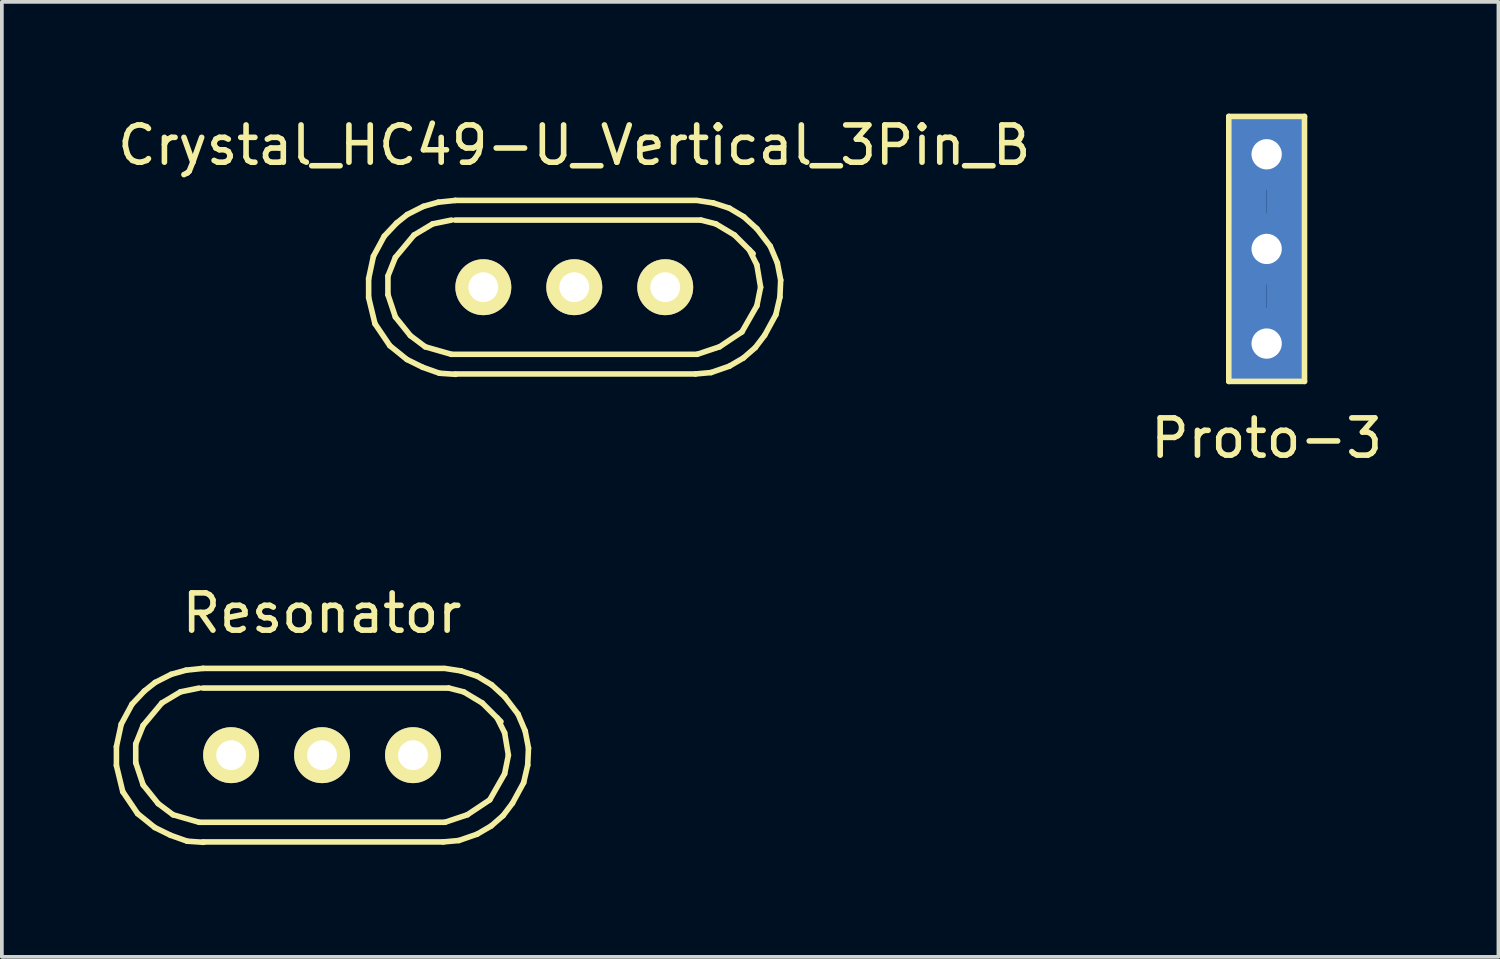
<source format=kicad_pcb>
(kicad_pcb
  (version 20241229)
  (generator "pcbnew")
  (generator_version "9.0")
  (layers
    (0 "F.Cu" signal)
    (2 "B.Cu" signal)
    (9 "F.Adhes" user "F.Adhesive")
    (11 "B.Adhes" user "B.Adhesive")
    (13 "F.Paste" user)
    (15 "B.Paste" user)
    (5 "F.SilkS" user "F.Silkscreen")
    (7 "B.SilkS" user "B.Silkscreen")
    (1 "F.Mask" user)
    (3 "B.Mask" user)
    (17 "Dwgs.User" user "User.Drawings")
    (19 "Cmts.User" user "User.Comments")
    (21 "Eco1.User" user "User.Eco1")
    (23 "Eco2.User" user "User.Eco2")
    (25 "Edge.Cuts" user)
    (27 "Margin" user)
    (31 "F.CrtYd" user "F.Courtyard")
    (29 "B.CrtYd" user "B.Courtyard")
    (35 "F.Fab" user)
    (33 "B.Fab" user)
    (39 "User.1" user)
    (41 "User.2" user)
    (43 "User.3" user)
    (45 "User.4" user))
  (footprint "Crystal_HC49-U_Vertical_3Pin_B"
    (layer "F.Cu")
    (at 12.363 4.658)
    (property "Reference" "Crystal_HC49-U_Vertical_3Pin_B" (at 0 -3.81 0) (layer "F.SilkS") (effects (font (size 1 1) (thickness 0.15))))
    (attr through_hole)
    (fp_line (start -5.519 -0.231) (end -5.519 0.279) (stroke (width 0.15) (type solid)) (layer "F.SilkS"))
    (fp_line (start -5.519 0.279) (end -5.349 0.98) (stroke (width 0.15) (type solid)) (layer "F.SilkS"))
    (fp_line (start -5.39 -0.831) (end -5.519 -0.231) (stroke (width 0.15) (type solid)) (layer "F.SilkS"))
    (fp_line (start -5.349 0.98) (end -4.95 1.57) (stroke (width 0.15) (type solid)) (layer "F.SilkS"))
    (fp_line (start -5.1 -1.369) (end -5.39 -0.831) (stroke (width 0.15) (type solid)) (layer "F.SilkS"))
    (fp_line (start -5.001 -0.3) (end -4.801 -0.8) (stroke (width 0.15) (type solid)) (layer "F.SilkS"))
    (fp_line (start -5.001 0.201) (end -5.001 -0.3) (stroke (width 0.15) (type solid)) (layer "F.SilkS"))
    (fp_line (start -4.95 1.57) (end -4.491 1.941) (stroke (width 0.15) (type solid)) (layer "F.SilkS"))
    (fp_line (start -4.801 -0.8) (end -4.3 -1.4) (stroke (width 0.15) (type solid)) (layer "F.SilkS"))
    (fp_line (start -4.801 0.8) (end -5.001 0.201) (stroke (width 0.15) (type solid)) (layer "F.SilkS"))
    (fp_line (start -4.77 -1.72) (end -5.1 -1.369) (stroke (width 0.15) (type solid)) (layer "F.SilkS"))
    (fp_line (start -4.491 1.941) (end -4.069 2.149) (stroke (width 0.15) (type solid)) (layer "F.SilkS"))
    (fp_line (start -4.481 -1.951) (end -4.77 -1.72) (stroke (width 0.15) (type solid)) (layer "F.SilkS"))
    (fp_line (start -4.399 1.3) (end -4.801 0.8) (stroke (width 0.15) (type solid)) (layer "F.SilkS"))
    (fp_line (start -4.3 -1.4) (end -3.8 -1.699) (stroke (width 0.15) (type solid)) (layer "F.SilkS"))
    (fp_line (start -4.069 2.149) (end -3.619 2.309) (stroke (width 0.15) (type solid)) (layer "F.SilkS"))
    (fp_line (start -4.049 -2.169) (end -4.481 -1.951) (stroke (width 0.15) (type solid)) (layer "F.SilkS"))
    (fp_line (start -4 1.6) (end -4.399 1.3) (stroke (width 0.15) (type solid)) (layer "F.SilkS"))
    (fp_line (start -3.8 -1.699) (end -3.299 -1.801) (stroke (width 0.15) (type solid)) (layer "F.SilkS"))
    (fp_line (start -3.65 -2.281) (end -4.049 -2.169) (stroke (width 0.15) (type solid)) (layer "F.SilkS"))
    (fp_line (start -3.619 2.309) (end -3.18 2.339) (stroke (width 0.15) (type solid)) (layer "F.SilkS"))
    (fp_line (start -3.299 1.801) (end -4 1.6) (stroke (width 0.15) (type solid)) (layer "F.SilkS"))
    (fp_line (start -3.2 -2.329) (end 3.251 -2.329) (stroke (width 0.15) (type solid)) (layer "F.SilkS"))
    (fp_line (start -3.2 -1.801) (end 3.401 -1.801) (stroke (width 0.15) (type solid)) (layer "F.SilkS"))
    (fp_line (start -3.2 2.329) (end 3.251 2.329) (stroke (width 0.15) (type solid)) (layer "F.SilkS"))
    (fp_line (start -3.19 -2.329) (end -3.65 -2.281) (stroke (width 0.15) (type solid)) (layer "F.SilkS"))
    (fp_line (start 3.251 2.329) (end 3.67 2.291) (stroke (width 0.15) (type solid)) (layer "F.SilkS"))
    (fp_line (start 3.299 1.801) (end -3.299 1.801) (stroke (width 0.15) (type solid)) (layer "F.SilkS"))
    (fp_line (start 3.401 -1.801) (end 3.8 -1.699) (stroke (width 0.15) (type solid)) (layer "F.SilkS"))
    (fp_line (start 3.67 2.291) (end 4.161 2.121) (stroke (width 0.15) (type solid)) (layer "F.SilkS"))
    (fp_line (start 3.731 -2.261) (end 3.289 -2.329) (stroke (width 0.15) (type solid)) (layer "F.SilkS"))
    (fp_line (start 3.8 -1.699) (end 4.3 -1.4) (stroke (width 0.15) (type solid)) (layer "F.SilkS"))
    (fp_line (start 3.899 1.6) (end 3.299 1.801) (stroke (width 0.15) (type solid)) (layer "F.SilkS"))
    (fp_line (start 4.161 -2.121) (end 3.731 -2.261) (stroke (width 0.15) (type solid)) (layer "F.SilkS"))
    (fp_line (start 4.161 2.121) (end 4.539 1.9) (stroke (width 0.15) (type solid)) (layer "F.SilkS"))
    (fp_line (start 4.3 -1.4) (end 4.801 -0.899) (stroke (width 0.15) (type solid)) (layer "F.SilkS"))
    (fp_line (start 4.501 1.199) (end 3.899 1.6) (stroke (width 0.15) (type solid)) (layer "F.SilkS"))
    (fp_line (start 4.539 1.9) (end 4.859 1.621) (stroke (width 0.15) (type solid)) (layer "F.SilkS"))
    (fp_line (start 4.549 -1.89) (end 4.161 -2.121) (stroke (width 0.15) (type solid)) (layer "F.SilkS"))
    (fp_line (start 4.699 -1.001) (end 4.9 -0.599) (stroke (width 0.15) (type solid)) (layer "F.SilkS"))
    (fp_line (start 4.859 1.621) (end 5.11 1.29) (stroke (width 0.15) (type solid)) (layer "F.SilkS"))
    (fp_line (start 4.9 -1.57) (end 4.549 -1.89) (stroke (width 0.15) (type solid)) (layer "F.SilkS"))
    (fp_line (start 4.9 -0.599) (end 5.001 0) (stroke (width 0.15) (type solid)) (layer "F.SilkS"))
    (fp_line (start 4.9 0.5) (end 4.501 1.199) (stroke (width 0.15) (type solid)) (layer "F.SilkS"))
    (fp_line (start 5.001 0) (end 4.9 0.5) (stroke (width 0.15) (type solid)) (layer "F.SilkS"))
    (fp_line (start 5.11 1.29) (end 5.41 0.739) (stroke (width 0.15) (type solid)) (layer "F.SilkS"))
    (fp_line (start 5.26 -1.1) (end 4.9 -1.57) (stroke (width 0.15) (type solid)) (layer "F.SilkS"))
    (fp_line (start 5.41 0.739) (end 5.519 0.269) (stroke (width 0.15) (type solid)) (layer "F.SilkS"))
    (fp_line (start 5.451 -0.65) (end 5.26 -1.1) (stroke (width 0.15) (type solid)) (layer "F.SilkS"))
    (fp_line (start 5.519 0.269) (end 5.54 -0.191) (stroke (width 0.15) (type solid)) (layer "F.SilkS"))
    (fp_line (start 5.54 -0.191) (end 5.451 -0.65) (stroke (width 0.15) (type solid)) (layer "F.SilkS"))
    (pad "1" thru_hole circle (at -2.441 0) (size 1.501 1.501) (drill 0.8) (layers "*.Cu" "*.Mask" "F.SilkS"))
    (pad "2" thru_hole circle (at 0 0) (size 1.501 1.501) (drill 0.8) (layers "*.Cu" "*.Mask" "F.SilkS"))
    (pad "3" thru_hole circle (at 2.441 0) (size 1.501 1.501) (drill 0.8) (layers "*.Cu" "*.Mask" "F.SilkS")))
  (footprint "Resonator"
    (layer "F.Cu")
    (at 5.594 17.218)
    (property "Reference" "Resonator" (at 0 -3.81 0) (layer "F.SilkS") (effects (font (size 1 1) (thickness 0.15))))
    (attr through_hole)
    (fp_line (start -5.519 -0.231) (end -5.519 0.279) (stroke (width 0.15) (type solid)) (layer "F.SilkS"))
    (fp_line (start -5.519 0.279) (end -5.349 0.98) (stroke (width 0.15) (type solid)) (layer "F.SilkS"))
    (fp_line (start -5.39 -0.831) (end -5.519 -0.231) (stroke (width 0.15) (type solid)) (layer "F.SilkS"))
    (fp_line (start -5.349 0.98) (end -4.95 1.57) (stroke (width 0.15) (type solid)) (layer "F.SilkS"))
    (fp_line (start -5.1 -1.369) (end -5.39 -0.831) (stroke (width 0.15) (type solid)) (layer "F.SilkS"))
    (fp_line (start -5.001 -0.3) (end -4.801 -0.8) (stroke (width 0.15) (type solid)) (layer "F.SilkS"))
    (fp_line (start -5.001 0.201) (end -5.001 -0.3) (stroke (width 0.15) (type solid)) (layer "F.SilkS"))
    (fp_line (start -4.95 1.57) (end -4.491 1.941) (stroke (width 0.15) (type solid)) (layer "F.SilkS"))
    (fp_line (start -4.801 -0.8) (end -4.3 -1.4) (stroke (width 0.15) (type solid)) (layer "F.SilkS"))
    (fp_line (start -4.801 0.8) (end -5.001 0.201) (stroke (width 0.15) (type solid)) (layer "F.SilkS"))
    (fp_line (start -4.77 -1.72) (end -5.1 -1.369) (stroke (width 0.15) (type solid)) (layer "F.SilkS"))
    (fp_line (start -4.491 1.941) (end -4.069 2.149) (stroke (width 0.15) (type solid)) (layer "F.SilkS"))
    (fp_line (start -4.481 -1.951) (end -4.77 -1.72) (stroke (width 0.15) (type solid)) (layer "F.SilkS"))
    (fp_line (start -4.399 1.3) (end -4.801 0.8) (stroke (width 0.15) (type solid)) (layer "F.SilkS"))
    (fp_line (start -4.3 -1.4) (end -3.8 -1.699) (stroke (width 0.15) (type solid)) (layer "F.SilkS"))
    (fp_line (start -4.069 2.149) (end -3.619 2.309) (stroke (width 0.15) (type solid)) (layer "F.SilkS"))
    (fp_line (start -4.049 -2.169) (end -4.481 -1.951) (stroke (width 0.15) (type solid)) (layer "F.SilkS"))
    (fp_line (start -4 1.6) (end -4.399 1.3) (stroke (width 0.15) (type solid)) (layer "F.SilkS"))
    (fp_line (start -3.8 -1.699) (end -3.299 -1.801) (stroke (width 0.15) (type solid)) (layer "F.SilkS"))
    (fp_line (start -3.65 -2.281) (end -4.049 -2.169) (stroke (width 0.15) (type solid)) (layer "F.SilkS"))
    (fp_line (start -3.619 2.309) (end -3.18 2.339) (stroke (width 0.15) (type solid)) (layer "F.SilkS"))
    (fp_line (start -3.299 1.801) (end -4 1.6) (stroke (width 0.15) (type solid)) (layer "F.SilkS"))
    (fp_line (start -3.2 -2.329) (end 3.251 -2.329) (stroke (width 0.15) (type solid)) (layer "F.SilkS"))
    (fp_line (start -3.2 -1.801) (end 3.401 -1.801) (stroke (width 0.15) (type solid)) (layer "F.SilkS"))
    (fp_line (start -3.2 2.329) (end 3.251 2.329) (stroke (width 0.15) (type solid)) (layer "F.SilkS"))
    (fp_line (start -3.19 -2.329) (end -3.65 -2.281) (stroke (width 0.15) (type solid)) (layer "F.SilkS"))
    (fp_line (start 3.251 2.329) (end 3.67 2.291) (stroke (width 0.15) (type solid)) (layer "F.SilkS"))
    (fp_line (start 3.299 1.801) (end -3.299 1.801) (stroke (width 0.15) (type solid)) (layer "F.SilkS"))
    (fp_line (start 3.401 -1.801) (end 3.8 -1.699) (stroke (width 0.15) (type solid)) (layer "F.SilkS"))
    (fp_line (start 3.67 2.291) (end 4.161 2.121) (stroke (width 0.15) (type solid)) (layer "F.SilkS"))
    (fp_line (start 3.731 -2.261) (end 3.289 -2.329) (stroke (width 0.15) (type solid)) (layer "F.SilkS"))
    (fp_line (start 3.8 -1.699) (end 4.3 -1.4) (stroke (width 0.15) (type solid)) (layer "F.SilkS"))
    (fp_line (start 3.899 1.6) (end 3.299 1.801) (stroke (width 0.15) (type solid)) (layer "F.SilkS"))
    (fp_line (start 4.161 -2.121) (end 3.731 -2.261) (stroke (width 0.15) (type solid)) (layer "F.SilkS"))
    (fp_line (start 4.161 2.121) (end 4.539 1.9) (stroke (width 0.15) (type solid)) (layer "F.SilkS"))
    (fp_line (start 4.3 -1.4) (end 4.801 -0.899) (stroke (width 0.15) (type solid)) (layer "F.SilkS"))
    (fp_line (start 4.501 1.199) (end 3.899 1.6) (stroke (width 0.15) (type solid)) (layer "F.SilkS"))
    (fp_line (start 4.539 1.9) (end 4.859 1.621) (stroke (width 0.15) (type solid)) (layer "F.SilkS"))
    (fp_line (start 4.549 -1.89) (end 4.161 -2.121) (stroke (width 0.15) (type solid)) (layer "F.SilkS"))
    (fp_line (start 4.699 -1.001) (end 4.9 -0.599) (stroke (width 0.15) (type solid)) (layer "F.SilkS"))
    (fp_line (start 4.859 1.621) (end 5.11 1.29) (stroke (width 0.15) (type solid)) (layer "F.SilkS"))
    (fp_line (start 4.9 -1.57) (end 4.549 -1.89) (stroke (width 0.15) (type solid)) (layer "F.SilkS"))
    (fp_line (start 4.9 -0.599) (end 5.001 0) (stroke (width 0.15) (type solid)) (layer "F.SilkS"))
    (fp_line (start 4.9 0.5) (end 4.501 1.199) (stroke (width 0.15) (type solid)) (layer "F.SilkS"))
    (fp_line (start 5.001 0) (end 4.9 0.5) (stroke (width 0.15) (type solid)) (layer "F.SilkS"))
    (fp_line (start 5.11 1.29) (end 5.41 0.739) (stroke (width 0.15) (type solid)) (layer "F.SilkS"))
    (fp_line (start 5.26 -1.1) (end 4.9 -1.57) (stroke (width 0.15) (type solid)) (layer "F.SilkS"))
    (fp_line (start 5.41 0.739) (end 5.519 0.269) (stroke (width 0.15) (type solid)) (layer "F.SilkS"))
    (fp_line (start 5.451 -0.65) (end 5.26 -1.1) (stroke (width 0.15) (type solid)) (layer "F.SilkS"))
    (fp_line (start 5.519 0.269) (end 5.54 -0.191) (stroke (width 0.15) (type solid)) (layer "F.SilkS"))
    (fp_line (start 5.54 -0.191) (end 5.451 -0.65) (stroke (width 0.15) (type solid)) (layer "F.SilkS"))
    (pad "1" thru_hole circle (at -2.441 0) (size 1.501 1.501) (drill 0.8) (layers "*.Cu" "*.Mask" "F.SilkS"))
    (pad "2" thru_hole circle (at 0 0) (size 1.501 1.501) (drill 0.8) (layers "*.Cu" "*.Mask" "F.SilkS"))
    (pad "3" thru_hole circle (at 2.441 0) (size 1.501 1.501) (drill 0.8) (layers "*.Cu" "*.Mask" "F.SilkS")))
  (footprint "Proto-3"
    (layer "F.Cu")
    (at 30.946 6.171)
    (property "Reference" "Proto-3" (at 0 2.54 0) (layer "F.SilkS") (effects (font (size 1 1) (thickness 0.15))))
    (attr through_hole)
    (fp_line (start -0.508 -3.429) (end -0.508 -4.191) (stroke (width 1.016) (type solid)) (layer "B.Cu"))
    (fp_line (start -0.508 -0.889) (end -0.508 -1.651) (stroke (width 1.016) (type solid)) (layer "B.Cu"))
    (fp_line (start 0.508 -3.429) (end 0.508 -4.191) (stroke (width 1.016) (type solid)) (layer "B.Cu"))
    (fp_line (start 0.508 -0.889) (end 0.508 -1.651) (stroke (width 1.016) (type solid)) (layer "B.Cu"))
    (fp_line (start -1.016 -6.096) (end 1.016 -6.096) (stroke (width 0.15) (type solid)) (layer "F.SilkS"))
    (fp_line (start -1.016 1.016) (end -1.016 -6.096) (stroke (width 0.15) (type solid)) (layer "F.SilkS"))
    (fp_line (start 1.016 -6.096) (end 1.016 1.016) (stroke (width 0.15) (type solid)) (layer "F.SilkS"))
    (fp_line (start 1.016 1.016) (end -1.016 1.016) (stroke (width 0.15) (type solid)) (layer "F.SilkS"))
    (pad "1" thru_hole rect (at 0 -5.08) (size 1.905 1.905) (drill 0.813) (layers "*.Cu" "*.Mask"))
    (pad "1" thru_hole rect (at 0 -2.54) (size 1.905 1.905) (drill 0.813) (layers "*.Cu" "*.Mask"))
    (pad "1" thru_hole rect (at 0 0) (size 1.905 1.905) (drill 0.813) (layers "*.Cu" "*.Mask")))
  (gr_rect
    (start -3 -3)
    (end 37.167 22.632)
    (stroke (width 0.1) (type default))
    (fill no)
    (layer "Edge.Cuts")))
</source>
